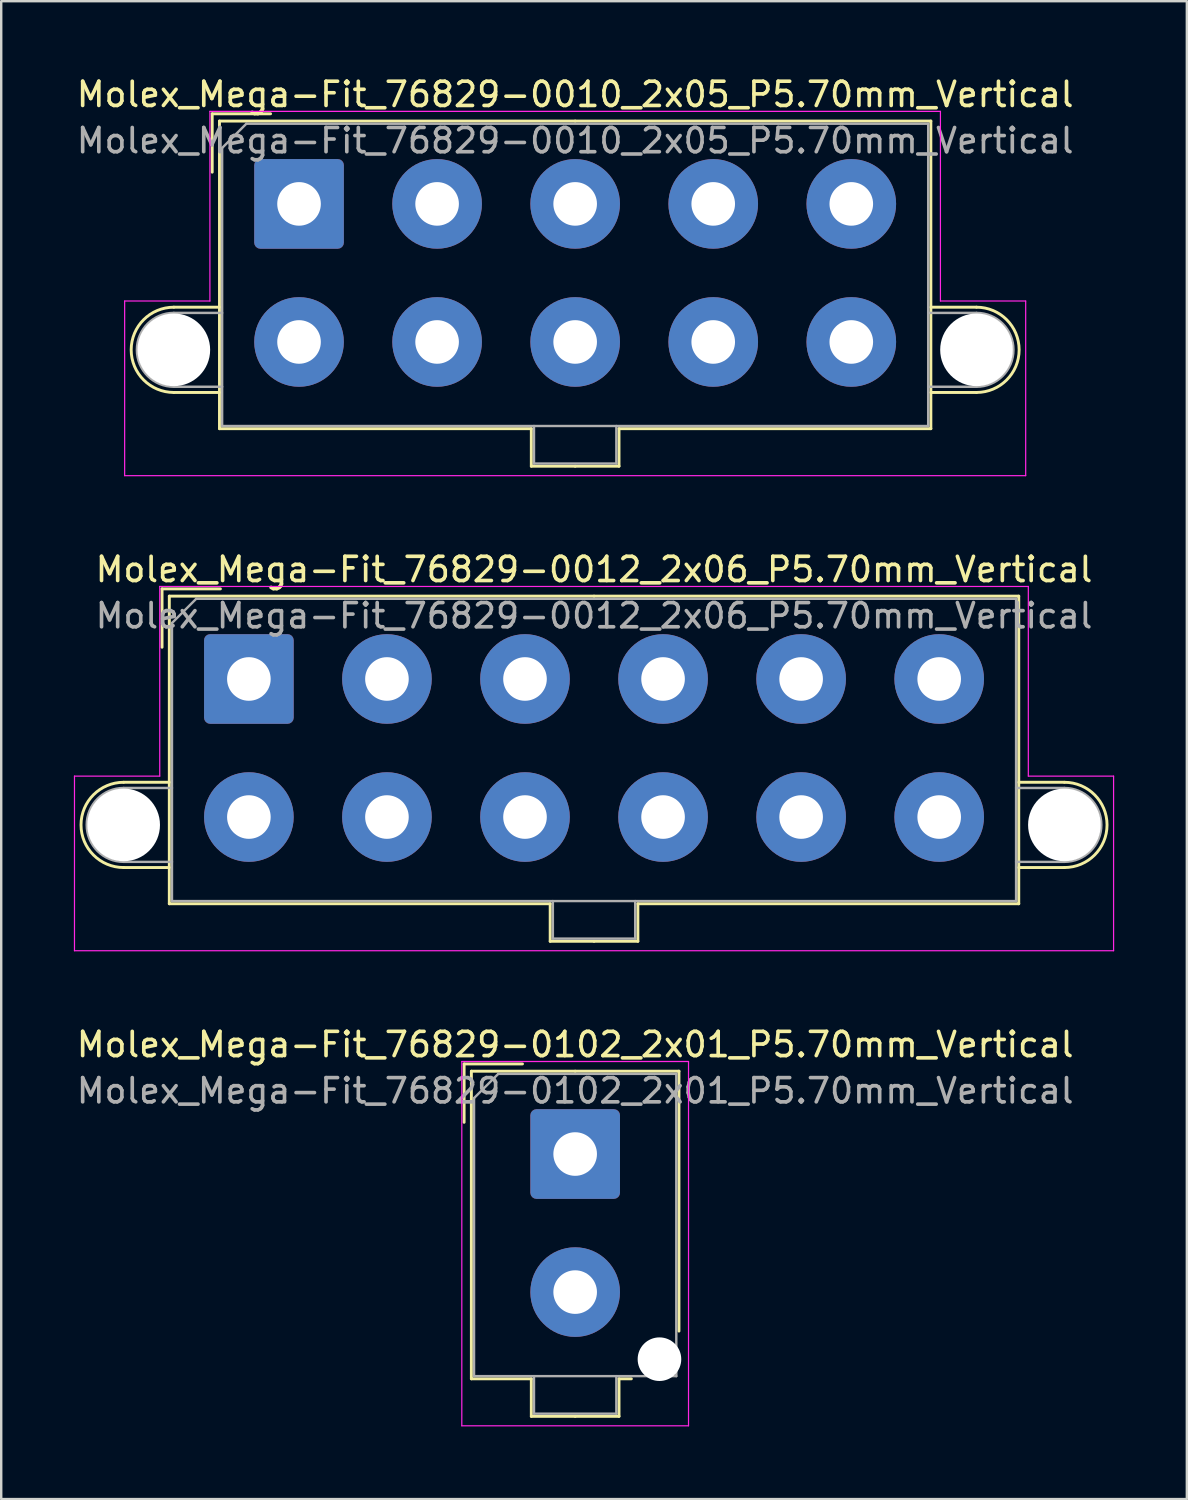
<source format=kicad_pcb>
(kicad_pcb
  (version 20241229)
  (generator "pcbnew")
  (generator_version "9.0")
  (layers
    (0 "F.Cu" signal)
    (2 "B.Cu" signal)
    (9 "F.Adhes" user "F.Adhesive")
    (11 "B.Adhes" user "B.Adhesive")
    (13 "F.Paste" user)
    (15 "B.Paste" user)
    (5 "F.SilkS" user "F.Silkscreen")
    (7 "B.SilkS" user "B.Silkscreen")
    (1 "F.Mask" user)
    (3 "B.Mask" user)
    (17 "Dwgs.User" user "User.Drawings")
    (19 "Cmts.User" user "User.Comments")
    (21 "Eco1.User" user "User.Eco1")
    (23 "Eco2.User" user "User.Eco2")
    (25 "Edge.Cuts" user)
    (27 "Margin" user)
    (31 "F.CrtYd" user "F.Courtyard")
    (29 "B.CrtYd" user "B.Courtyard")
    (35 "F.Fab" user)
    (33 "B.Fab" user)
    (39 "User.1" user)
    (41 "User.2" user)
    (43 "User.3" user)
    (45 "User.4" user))
  (footprint "Molex_Mega-Fit_76829-0102_2x01_P5.70mm_Vertical"
    (layer "F.Cu")
    (at 20.696 44.595)
    (property "Reference" "Molex_Mega-Fit_76829-0102_2x01_P5.70mm_Vertical" (at 0 -4.52 0) (layer "F.SilkS") (effects (font (size 1 1) (thickness 0.15))))
    (attr through_hole)
    (fp_line (start -4.585 -3.72) (end -2.175 -3.72) (stroke (width 0.12) (type solid)) (layer "F.SilkS"))
    (fp_line (start -4.585 -1.31) (end -4.585 -3.72) (stroke (width 0.12) (type solid)) (layer "F.SilkS"))
    (fp_line (start -4.285 -3.42) (end -4.285 9.28) (stroke (width 0.12) (type solid)) (layer "F.SilkS"))
    (fp_line (start -4.285 9.28) (end -1.81 9.28) (stroke (width 0.12) (type solid)) (layer "F.SilkS"))
    (fp_line (start -1.81 9.28) (end -1.81 10.83) (stroke (width 0.12) (type solid)) (layer "F.SilkS"))
    (fp_line (start -1.81 10.83) (end 0 10.83) (stroke (width 0.12) (type solid)) (layer "F.SilkS"))
    (fp_line (start 0 -3.42) (end -4.285 -3.42) (stroke (width 0.12) (type solid)) (layer "F.SilkS"))
    (fp_line (start 0 -3.42) (end 4.285 -3.42) (stroke (width 0.12) (type solid)) (layer "F.SilkS"))
    (fp_line (start 1.81 9.28) (end 1.81 10.83) (stroke (width 0.12) (type solid)) (layer "F.SilkS"))
    (fp_line (start 1.81 10.83) (end 0 10.83) (stroke (width 0.12) (type solid)) (layer "F.SilkS"))
    (fp_line (start 2.32 9.28) (end 1.81 9.28) (stroke (width 0.12) (type solid)) (layer "F.SilkS"))
    (fp_line (start 4.285 -3.42) (end 4.285 7.31) (stroke (width 0.12) (type solid)) (layer "F.SilkS"))
    (fp_line (start -4.68 -3.82) (end -4.68 11.22) (stroke (width 0.05) (type solid)) (layer "F.CrtYd"))
    (fp_line (start -4.68 11.22) (end 4.68 11.22) (stroke (width 0.05) (type solid)) (layer "F.CrtYd"))
    (fp_line (start 4.68 -3.82) (end -4.68 -3.82) (stroke (width 0.05) (type solid)) (layer "F.CrtYd"))
    (fp_line (start 4.68 11.22) (end 4.68 -3.82) (stroke (width 0.05) (type solid)) (layer "F.CrtYd"))
    (fp_line (start -4.175 -2.31) (end -4.175 9.17) (stroke (width 0.1) (type solid)) (layer "F.Fab"))
    (fp_line (start -4.175 9.17) (end 4.175 9.17) (stroke (width 0.1) (type solid)) (layer "F.Fab"))
    (fp_line (start -3.175 -3.31) (end -4.175 -2.31) (stroke (width 0.1) (type solid)) (layer "F.Fab"))
    (fp_line (start -1.7 9.17) (end -1.7 10.72) (stroke (width 0.1) (type solid)) (layer "F.Fab"))
    (fp_line (start -1.7 10.72) (end 1.7 10.72) (stroke (width 0.1) (type solid)) (layer "F.Fab"))
    (fp_line (start 1.7 10.72) (end 1.7 9.17) (stroke (width 0.1) (type solid)) (layer "F.Fab"))
    (fp_line (start 4.175 -3.31) (end -3.175 -3.31) (stroke (width 0.1) (type solid)) (layer "F.Fab"))
    (fp_line (start 4.175 9.17) (end 4.175 -3.31) (stroke (width 0.1) (type solid)) (layer "F.Fab"))
    (fp_text user "${REFERENCE}" (at 0 -2.61 0) (layer "F.Fab") (effects (font (size 1 1) (thickness 0.15))))
    (pad "" np_thru_hole circle (at 3.48 8.47) (size 1.8 1.8) (drill 1.8) (layers "*.Cu" "*.Mask"))
    (pad "1" thru_hole roundrect (at 0 0) (size 3.7 3.7) (drill 1.8) (layers "*.Cu" "*.Mask") (roundrect_rratio 0.068))
    (pad "2" thru_hole circle (at 0 5.7) (size 3.7 3.7) (drill 1.8) (layers "*.Cu" "*.Mask")))
  (footprint "Molex_Mega-Fit_76829-0012_2x06_P5.70mm_Vertical"
    (layer "F.Cu")
    (at 7.225 24.982)
    (property "Reference" "Molex_Mega-Fit_76829-0012_2x06_P5.70mm_Vertical" (at 14.25 -4.52 0) (layer "F.SilkS") (effects (font (size 1 1) (thickness 0.15))))
    (attr through_hole)
    (fp_line (start -5.17 4.265) (end -3.285 4.265) (stroke (width 0.12) (type solid)) (layer "F.SilkS"))
    (fp_line (start -5.17 7.785) (end -3.285 7.785) (stroke (width 0.12) (type solid)) (layer "F.SilkS"))
    (fp_line (start -3.585 -3.72) (end -1.175 -3.72) (stroke (width 0.12) (type solid)) (layer "F.SilkS"))
    (fp_line (start -3.585 -1.31) (end -3.585 -3.72) (stroke (width 0.12) (type solid)) (layer "F.SilkS"))
    (fp_line (start -3.285 -3.42) (end -3.285 9.28) (stroke (width 0.12) (type solid)) (layer "F.SilkS"))
    (fp_line (start -3.285 9.28) (end 12.44 9.28) (stroke (width 0.12) (type solid)) (layer "F.SilkS"))
    (fp_line (start 12.44 9.28) (end 12.44 10.83) (stroke (width 0.12) (type solid)) (layer "F.SilkS"))
    (fp_line (start 12.44 10.83) (end 14.25 10.83) (stroke (width 0.12) (type solid)) (layer "F.SilkS"))
    (fp_line (start 14.25 -3.42) (end -3.285 -3.42) (stroke (width 0.12) (type solid)) (layer "F.SilkS"))
    (fp_line (start 14.25 -3.42) (end 31.785 -3.42) (stroke (width 0.12) (type solid)) (layer "F.SilkS"))
    (fp_line (start 16.06 9.28) (end 16.06 10.83) (stroke (width 0.12) (type solid)) (layer "F.SilkS"))
    (fp_line (start 16.06 10.83) (end 14.25 10.83) (stroke (width 0.12) (type solid)) (layer "F.SilkS"))
    (fp_line (start 31.785 -3.42) (end 31.785 9.28) (stroke (width 0.12) (type solid)) (layer "F.SilkS"))
    (fp_line (start 31.785 9.28) (end 16.06 9.28) (stroke (width 0.12) (type solid)) (layer "F.SilkS"))
    (fp_line (start 33.67 4.265) (end 31.785 4.265) (stroke (width 0.12) (type solid)) (layer "F.SilkS"))
    (fp_line (start 33.67 7.785) (end 31.785 7.785) (stroke (width 0.12) (type solid)) (layer "F.SilkS"))
    (fp_arc (start -5.17 7.785) (mid -6.93 6.025) (end -5.17 4.265) (stroke (width 0.12) (type solid)) (layer "F.SilkS"))
    (fp_arc (start 33.67 4.265) (mid 35.43 6.025) (end 33.67 7.785) (stroke (width 0.12) (type solid)) (layer "F.SilkS"))
    (fp_line (start -7.2 4.01) (end -7.2 11.22) (stroke (width 0.05) (type solid)) (layer "F.CrtYd"))
    (fp_line (start -7.2 11.22) (end 35.7 11.22) (stroke (width 0.05) (type solid)) (layer "F.CrtYd"))
    (fp_line (start -3.68 -3.82) (end -3.68 4.01) (stroke (width 0.05) (type solid)) (layer "F.CrtYd"))
    (fp_line (start -3.68 4.01) (end -7.2 4.01) (stroke (width 0.05) (type solid)) (layer "F.CrtYd"))
    (fp_line (start 32.18 -3.82) (end -3.68 -3.82) (stroke (width 0.05) (type solid)) (layer "F.CrtYd"))
    (fp_line (start 32.18 4.01) (end 32.18 -3.82) (stroke (width 0.05) (type solid)) (layer "F.CrtYd"))
    (fp_line (start 35.7 4.01) (end 32.18 4.01) (stroke (width 0.05) (type solid)) (layer "F.CrtYd"))
    (fp_line (start 35.7 11.22) (end 35.7 4.01) (stroke (width 0.05) (type solid)) (layer "F.CrtYd"))
    (fp_line (start -5.17 4.5) (end -3.175 4.5) (stroke (width 0.1) (type solid)) (layer "F.Fab"))
    (fp_line (start -5.17 7.55) (end -3.175 7.55) (stroke (width 0.1) (type solid)) (layer "F.Fab"))
    (fp_line (start -3.175 -2.31) (end -3.175 9.17) (stroke (width 0.1) (type solid)) (layer "F.Fab"))
    (fp_line (start -3.175 9.17) (end 31.675 9.17) (stroke (width 0.1) (type solid)) (layer "F.Fab"))
    (fp_line (start -2.175 -3.31) (end -3.175 -2.31) (stroke (width 0.1) (type solid)) (layer "F.Fab"))
    (fp_line (start 12.55 9.17) (end 12.55 10.72) (stroke (width 0.1) (type solid)) (layer "F.Fab"))
    (fp_line (start 12.55 10.72) (end 15.95 10.72) (stroke (width 0.1) (type solid)) (layer "F.Fab"))
    (fp_line (start 15.95 10.72) (end 15.95 9.17) (stroke (width 0.1) (type solid)) (layer "F.Fab"))
    (fp_line (start 31.675 -3.31) (end -2.175 -3.31) (stroke (width 0.1) (type solid)) (layer "F.Fab"))
    (fp_line (start 31.675 9.17) (end 31.675 -3.31) (stroke (width 0.1) (type solid)) (layer "F.Fab"))
    (fp_line (start 33.67 4.5) (end 31.675 4.5) (stroke (width 0.1) (type solid)) (layer "F.Fab"))
    (fp_line (start 33.67 7.55) (end 31.675 7.55) (stroke (width 0.1) (type solid)) (layer "F.Fab"))
    (fp_arc (start -5.17 7.55) (mid -6.695 6.025) (end -5.17 4.5) (stroke (width 0.1) (type solid)) (layer "F.Fab"))
    (fp_arc (start 33.67 4.5) (mid 35.195 6.025) (end 33.67 7.55) (stroke (width 0.1) (type solid)) (layer "F.Fab"))
    (fp_text user "${REFERENCE}" (at 14.25 -2.61 0) (layer "F.Fab") (effects (font (size 1 1) (thickness 0.15))))
    (pad "" np_thru_hole circle (at -5.17 6.025) (size 3 3) (drill 3) (layers "*.Cu" "*.Mask"))
    (pad "" np_thru_hole circle (at 33.67 6.025) (size 3 3) (drill 3) (layers "*.Cu" "*.Mask"))
    (pad "1" thru_hole roundrect (at 0 0) (size 3.7 3.7) (drill 1.8) (layers "*.Cu" "*.Mask") (roundrect_rratio 0.068))
    (pad "2" thru_hole circle (at 5.7 0) (size 3.7 3.7) (drill 1.8) (layers "*.Cu" "*.Mask"))
    (pad "3" thru_hole circle (at 11.4 0) (size 3.7 3.7) (drill 1.8) (layers "*.Cu" "*.Mask"))
    (pad "4" thru_hole circle (at 17.1 0) (size 3.7 3.7) (drill 1.8) (layers "*.Cu" "*.Mask"))
    (pad "5" thru_hole circle (at 22.8 0) (size 3.7 3.7) (drill 1.8) (layers "*.Cu" "*.Mask"))
    (pad "6" thru_hole circle (at 28.5 0) (size 3.7 3.7) (drill 1.8) (layers "*.Cu" "*.Mask"))
    (pad "7" thru_hole circle (at 0 5.7) (size 3.7 3.7) (drill 1.8) (layers "*.Cu" "*.Mask"))
    (pad "8" thru_hole circle (at 5.7 5.7) (size 3.7 3.7) (drill 1.8) (layers "*.Cu" "*.Mask"))
    (pad "9" thru_hole circle (at 11.4 5.7) (size 3.7 3.7) (drill 1.8) (layers "*.Cu" "*.Mask"))
    (pad "10" thru_hole circle (at 17.1 5.7) (size 3.7 3.7) (drill 1.8) (layers "*.Cu" "*.Mask"))
    (pad "11" thru_hole circle (at 22.8 5.7) (size 3.7 3.7) (drill 1.8) (layers "*.Cu" "*.Mask"))
    (pad "12" thru_hole circle (at 28.5 5.7) (size 3.7 3.7) (drill 1.8) (layers "*.Cu" "*.Mask")))
  (footprint "Molex_Mega-Fit_76829-0010_2x05_P5.70mm_Vertical"
    (layer "F.Cu")
    (at 9.296 5.368)
    (property "Reference" "Molex_Mega-Fit_76829-0010_2x05_P5.70mm_Vertical" (at 11.4 -4.52 0) (layer "F.SilkS") (effects (font (size 1 1) (thickness 0.15))))
    (attr through_hole)
    (fp_line (start -5.17 4.265) (end -3.285 4.265) (stroke (width 0.12) (type solid)) (layer "F.SilkS"))
    (fp_line (start -5.17 7.785) (end -3.285 7.785) (stroke (width 0.12) (type solid)) (layer "F.SilkS"))
    (fp_line (start -3.585 -3.72) (end -1.175 -3.72) (stroke (width 0.12) (type solid)) (layer "F.SilkS"))
    (fp_line (start -3.585 -1.31) (end -3.585 -3.72) (stroke (width 0.12) (type solid)) (layer "F.SilkS"))
    (fp_line (start -3.285 -3.42) (end -3.285 9.28) (stroke (width 0.12) (type solid)) (layer "F.SilkS"))
    (fp_line (start -3.285 9.28) (end 9.59 9.28) (stroke (width 0.12) (type solid)) (layer "F.SilkS"))
    (fp_line (start 9.59 9.28) (end 9.59 10.83) (stroke (width 0.12) (type solid)) (layer "F.SilkS"))
    (fp_line (start 9.59 10.83) (end 11.4 10.83) (stroke (width 0.12) (type solid)) (layer "F.SilkS"))
    (fp_line (start 11.4 -3.42) (end -3.285 -3.42) (stroke (width 0.12) (type solid)) (layer "F.SilkS"))
    (fp_line (start 11.4 -3.42) (end 26.085 -3.42) (stroke (width 0.12) (type solid)) (layer "F.SilkS"))
    (fp_line (start 13.21 9.28) (end 13.21 10.83) (stroke (width 0.12) (type solid)) (layer "F.SilkS"))
    (fp_line (start 13.21 10.83) (end 11.4 10.83) (stroke (width 0.12) (type solid)) (layer "F.SilkS"))
    (fp_line (start 26.085 -3.42) (end 26.085 9.28) (stroke (width 0.12) (type solid)) (layer "F.SilkS"))
    (fp_line (start 26.085 9.28) (end 13.21 9.28) (stroke (width 0.12) (type solid)) (layer "F.SilkS"))
    (fp_line (start 27.97 4.265) (end 26.085 4.265) (stroke (width 0.12) (type solid)) (layer "F.SilkS"))
    (fp_line (start 27.97 7.785) (end 26.085 7.785) (stroke (width 0.12) (type solid)) (layer "F.SilkS"))
    (fp_arc (start -5.17 7.785) (mid -6.93 6.025) (end -5.17 4.265) (stroke (width 0.12) (type solid)) (layer "F.SilkS"))
    (fp_arc (start 27.97 4.265) (mid 29.73 6.025) (end 27.97 7.785) (stroke (width 0.12) (type solid)) (layer "F.SilkS"))
    (fp_line (start -7.2 4.01) (end -7.2 11.22) (stroke (width 0.05) (type solid)) (layer "F.CrtYd"))
    (fp_line (start -7.2 11.22) (end 30 11.22) (stroke (width 0.05) (type solid)) (layer "F.CrtYd"))
    (fp_line (start -3.68 -3.82) (end -3.68 4.01) (stroke (width 0.05) (type solid)) (layer "F.CrtYd"))
    (fp_line (start -3.68 4.01) (end -7.2 4.01) (stroke (width 0.05) (type solid)) (layer "F.CrtYd"))
    (fp_line (start 26.48 -3.82) (end -3.68 -3.82) (stroke (width 0.05) (type solid)) (layer "F.CrtYd"))
    (fp_line (start 26.48 4.01) (end 26.48 -3.82) (stroke (width 0.05) (type solid)) (layer "F.CrtYd"))
    (fp_line (start 30 4.01) (end 26.48 4.01) (stroke (width 0.05) (type solid)) (layer "F.CrtYd"))
    (fp_line (start 30 11.22) (end 30 4.01) (stroke (width 0.05) (type solid)) (layer "F.CrtYd"))
    (fp_line (start -5.17 4.5) (end -3.175 4.5) (stroke (width 0.1) (type solid)) (layer "F.Fab"))
    (fp_line (start -5.17 7.55) (end -3.175 7.55) (stroke (width 0.1) (type solid)) (layer "F.Fab"))
    (fp_line (start -3.175 -2.31) (end -3.175 9.17) (stroke (width 0.1) (type solid)) (layer "F.Fab"))
    (fp_line (start -3.175 9.17) (end 25.975 9.17) (stroke (width 0.1) (type solid)) (layer "F.Fab"))
    (fp_line (start -2.175 -3.31) (end -3.175 -2.31) (stroke (width 0.1) (type solid)) (layer "F.Fab"))
    (fp_line (start 9.7 9.17) (end 9.7 10.72) (stroke (width 0.1) (type solid)) (layer "F.Fab"))
    (fp_line (start 9.7 10.72) (end 13.1 10.72) (stroke (width 0.1) (type solid)) (layer "F.Fab"))
    (fp_line (start 13.1 10.72) (end 13.1 9.17) (stroke (width 0.1) (type solid)) (layer "F.Fab"))
    (fp_line (start 25.975 -3.31) (end -2.175 -3.31) (stroke (width 0.1) (type solid)) (layer "F.Fab"))
    (fp_line (start 25.975 9.17) (end 25.975 -3.31) (stroke (width 0.1) (type solid)) (layer "F.Fab"))
    (fp_line (start 27.97 4.5) (end 25.975 4.5) (stroke (width 0.1) (type solid)) (layer "F.Fab"))
    (fp_line (start 27.97 7.55) (end 25.975 7.55) (stroke (width 0.1) (type solid)) (layer "F.Fab"))
    (fp_arc (start -5.17 7.55) (mid -6.695 6.025) (end -5.17 4.5) (stroke (width 0.1) (type solid)) (layer "F.Fab"))
    (fp_arc (start 27.97 4.5) (mid 29.495 6.025) (end 27.97 7.55) (stroke (width 0.1) (type solid)) (layer "F.Fab"))
    (fp_text user "${REFERENCE}" (at 11.4 -2.61 0) (layer "F.Fab") (effects (font (size 1 1) (thickness 0.15))))
    (pad "" np_thru_hole circle (at -5.17 6.025) (size 3 3) (drill 3) (layers "*.Cu" "*.Mask"))
    (pad "" np_thru_hole circle (at 27.97 6.025) (size 3 3) (drill 3) (layers "*.Cu" "*.Mask"))
    (pad "1" thru_hole roundrect (at 0 0) (size 3.7 3.7) (drill 1.8) (layers "*.Cu" "*.Mask") (roundrect_rratio 0.068))
    (pad "2" thru_hole circle (at 5.7 0) (size 3.7 3.7) (drill 1.8) (layers "*.Cu" "*.Mask"))
    (pad "3" thru_hole circle (at 11.4 0) (size 3.7 3.7) (drill 1.8) (layers "*.Cu" "*.Mask"))
    (pad "4" thru_hole circle (at 17.1 0) (size 3.7 3.7) (drill 1.8) (layers "*.Cu" "*.Mask"))
    (pad "5" thru_hole circle (at 22.8 0) (size 3.7 3.7) (drill 1.8) (layers "*.Cu" "*.Mask"))
    (pad "6" thru_hole circle (at 0 5.7) (size 3.7 3.7) (drill 1.8) (layers "*.Cu" "*.Mask"))
    (pad "7" thru_hole circle (at 5.7 5.7) (size 3.7 3.7) (drill 1.8) (layers "*.Cu" "*.Mask"))
    (pad "8" thru_hole circle (at 11.4 5.7) (size 3.7 3.7) (drill 1.8) (layers "*.Cu" "*.Mask"))
    (pad "9" thru_hole circle (at 17.1 5.7) (size 3.7 3.7) (drill 1.8) (layers "*.Cu" "*.Mask"))
    (pad "10" thru_hole circle (at 22.8 5.7) (size 3.7 3.7) (drill 1.8) (layers "*.Cu" "*.Mask")))
  (gr_rect
    (start -3 -3)
    (end 45.95 58.84)
    (stroke (width 0.1) (type default))
    (fill no)
    (layer "Edge.Cuts")))
</source>
